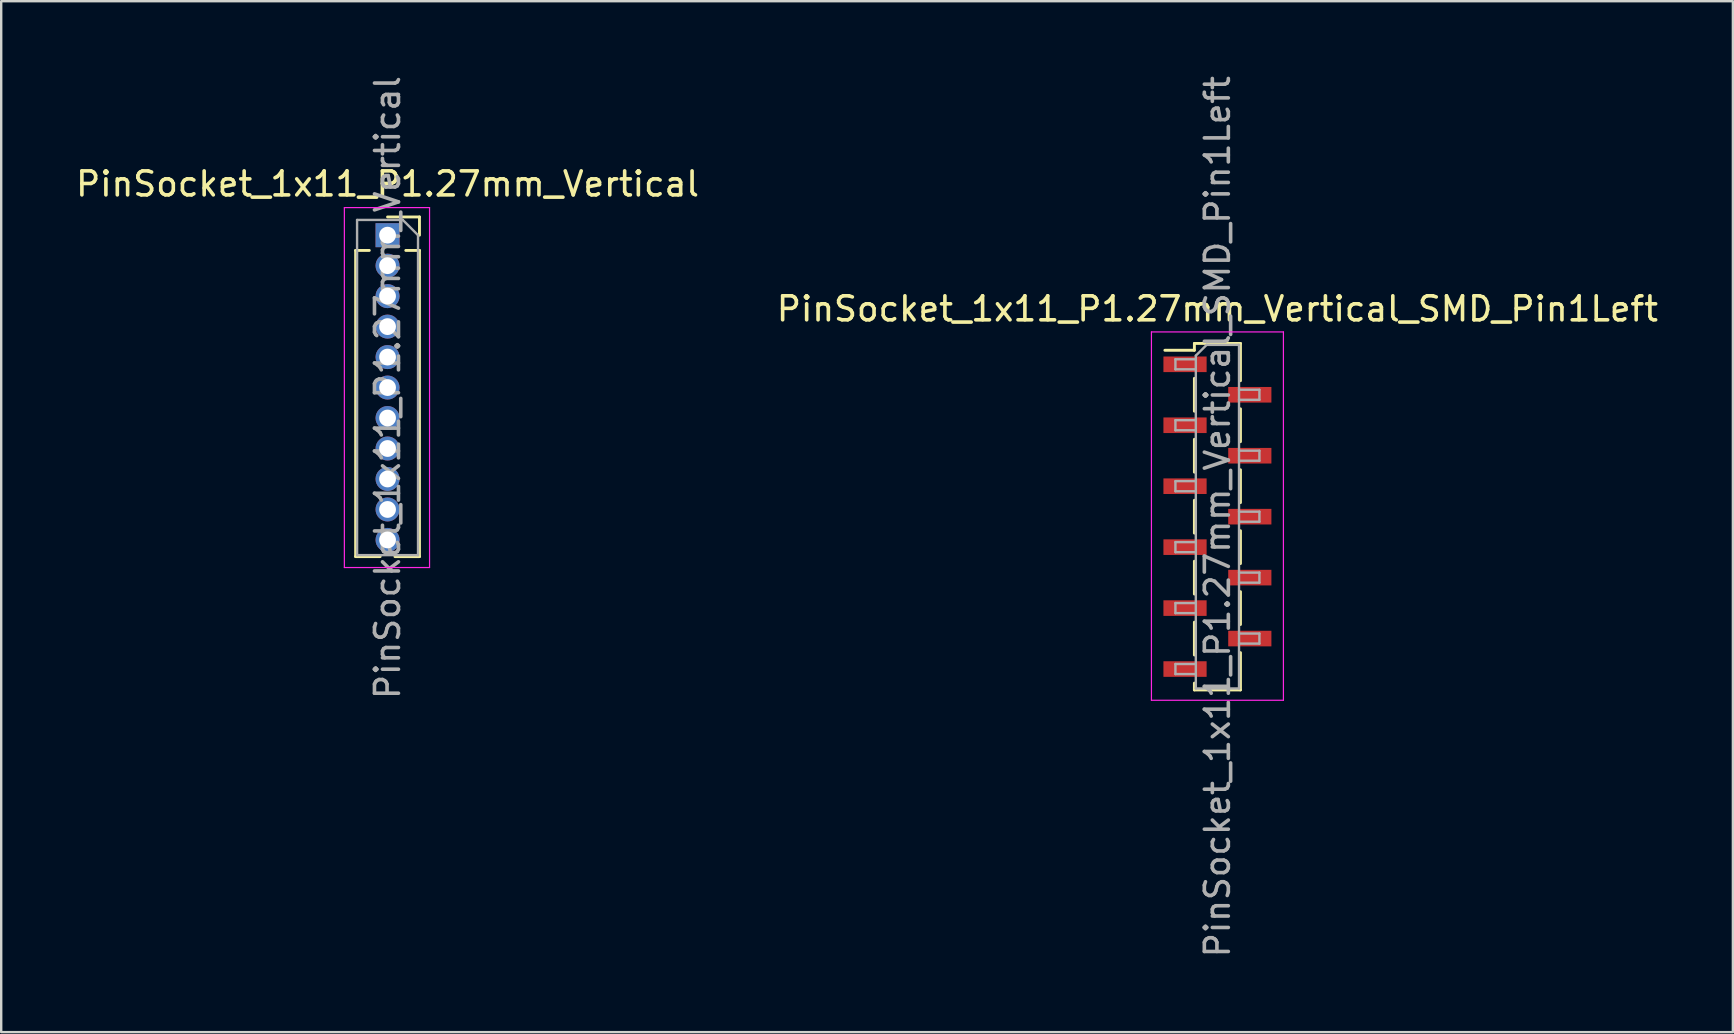
<source format=kicad_pcb>
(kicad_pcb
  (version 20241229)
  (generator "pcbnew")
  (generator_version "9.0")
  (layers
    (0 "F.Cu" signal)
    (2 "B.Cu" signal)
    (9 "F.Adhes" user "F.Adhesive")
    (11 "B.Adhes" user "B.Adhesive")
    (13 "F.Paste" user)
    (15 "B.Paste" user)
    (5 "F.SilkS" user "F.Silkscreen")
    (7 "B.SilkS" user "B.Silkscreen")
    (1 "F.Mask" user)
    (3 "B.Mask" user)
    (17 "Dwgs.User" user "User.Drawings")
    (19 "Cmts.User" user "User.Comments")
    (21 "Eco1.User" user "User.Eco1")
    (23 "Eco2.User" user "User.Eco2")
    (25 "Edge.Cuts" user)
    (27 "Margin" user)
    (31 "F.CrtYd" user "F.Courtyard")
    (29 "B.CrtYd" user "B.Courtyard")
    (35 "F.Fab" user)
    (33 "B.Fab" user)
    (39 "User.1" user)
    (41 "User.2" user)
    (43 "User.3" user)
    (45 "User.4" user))
  (footprint "PinSocket_1x11_P1.27mm_Vertical"
    (layer "F.Cu")
    (at 13.101 6.751)
    (property "Reference" "PinSocket_1x11_P1.27mm_Vertical" (at 0 -2.135 0) (layer "F.SilkS") (effects (font (size 1 1) (thickness 0.15))))
    (attr through_hole)
    (fp_line (start -1.33 0.635) (end -1.33 13.395) (stroke (width 0.12) (type solid)) (layer "F.SilkS"))
    (fp_line (start -1.33 0.635) (end -0.76 0.635) (stroke (width 0.12) (type solid)) (layer "F.SilkS"))
    (fp_line (start -1.33 13.395) (end -0.308 13.395) (stroke (width 0.12) (type solid)) (layer "F.SilkS"))
    (fp_line (start 0 -0.76) (end 1.33 -0.76) (stroke (width 0.12) (type solid)) (layer "F.SilkS"))
    (fp_line (start 0.308 13.395) (end 1.33 13.395) (stroke (width 0.12) (type solid)) (layer "F.SilkS"))
    (fp_line (start 0.76 0.635) (end 1.33 0.635) (stroke (width 0.12) (type solid)) (layer "F.SilkS"))
    (fp_line (start 1.33 -0.76) (end 1.33 0) (stroke (width 0.12) (type solid)) (layer "F.SilkS"))
    (fp_line (start 1.33 0.635) (end 1.33 13.395) (stroke (width 0.12) (type solid)) (layer "F.SilkS"))
    (fp_line (start -1.8 -1.15) (end 1.75 -1.15) (stroke (width 0.05) (type solid)) (layer "F.CrtYd"))
    (fp_line (start -1.8 13.85) (end -1.8 -1.15) (stroke (width 0.05) (type solid)) (layer "F.CrtYd"))
    (fp_line (start 1.75 -1.15) (end 1.75 13.85) (stroke (width 0.05) (type solid)) (layer "F.CrtYd"))
    (fp_line (start 1.75 13.85) (end -1.8 13.85) (stroke (width 0.05) (type solid)) (layer "F.CrtYd"))
    (fp_line (start -1.27 -0.635) (end 0.635 -0.635) (stroke (width 0.1) (type solid)) (layer "F.Fab"))
    (fp_line (start -1.27 13.335) (end -1.27 -0.635) (stroke (width 0.1) (type solid)) (layer "F.Fab"))
    (fp_line (start 0.635 -0.635) (end 1.27 0) (stroke (width 0.1) (type solid)) (layer "F.Fab"))
    (fp_line (start 1.27 0) (end 1.27 13.335) (stroke (width 0.1) (type solid)) (layer "F.Fab"))
    (fp_line (start 1.27 13.335) (end -1.27 13.335) (stroke (width 0.1) (type solid)) (layer "F.Fab"))
    (fp_text user "${REFERENCE}" (at 0 6.35 90) (layer "F.Fab") (effects (font (size 1 1) (thickness 0.15))))
    (pad "1" thru_hole rect (at 0 0) (size 1 1) (drill 0.7) (layers "*.Cu" "*.Mask"))
    (pad "2" thru_hole oval (at 0 1.27) (size 1 1) (drill 0.7) (layers "*.Cu" "*.Mask"))
    (pad "3" thru_hole oval (at 0 2.54) (size 1 1) (drill 0.7) (layers "*.Cu" "*.Mask"))
    (pad "4" thru_hole oval (at 0 3.81) (size 1 1) (drill 0.7) (layers "*.Cu" "*.Mask"))
    (pad "5" thru_hole oval (at 0 5.08) (size 1 1) (drill 0.7) (layers "*.Cu" "*.Mask"))
    (pad "6" thru_hole oval (at 0 6.35) (size 1 1) (drill 0.7) (layers "*.Cu" "*.Mask"))
    (pad "7" thru_hole oval (at 0 7.62) (size 1 1) (drill 0.7) (layers "*.Cu" "*.Mask"))
    (pad "8" thru_hole oval (at 0 8.89) (size 1 1) (drill 0.7) (layers "*.Cu" "*.Mask"))
    (pad "9" thru_hole oval (at 0 10.16) (size 1 1) (drill 0.7) (layers "*.Cu" "*.Mask"))
    (pad "10" thru_hole oval (at 0 11.43) (size 1 1) (drill 0.7) (layers "*.Cu" "*.Mask"))
    (pad "11" thru_hole oval (at 0 12.7) (size 1 1) (drill 0.7) (layers "*.Cu" "*.Mask")))
  (footprint "PinSocket_1x11_P1.27mm_Vertical_SMD_Pin1Left"
    (layer "F.Cu")
    (at 47.685 18.482)
    (property "Reference" "PinSocket_1x11_P1.27mm_Vertical_SMD_Pin1Left" (at 0 -8.66 0) (layer "F.SilkS") (effects (font (size 1 1) (thickness 0.15))))
    (attr smd)
    (fp_line (start -2.19 -6.935) (end -0.96 -6.935) (stroke (width 0.12) (type solid)) (layer "F.SilkS"))
    (fp_line (start -0.96 -7.22) (end -0.96 -6.935) (stroke (width 0.12) (type solid)) (layer "F.SilkS"))
    (fp_line (start -0.96 -7.22) (end 0.96 -7.22) (stroke (width 0.12) (type solid)) (layer "F.SilkS"))
    (fp_line (start -0.96 -5.765) (end -0.96 -4.395) (stroke (width 0.12) (type solid)) (layer "F.SilkS"))
    (fp_line (start -0.96 -3.225) (end -0.96 -1.855) (stroke (width 0.12) (type solid)) (layer "F.SilkS"))
    (fp_line (start -0.96 -0.685) (end -0.96 0.685) (stroke (width 0.12) (type solid)) (layer "F.SilkS"))
    (fp_line (start -0.96 1.855) (end -0.96 3.225) (stroke (width 0.12) (type solid)) (layer "F.SilkS"))
    (fp_line (start -0.96 4.395) (end -0.96 5.765) (stroke (width 0.12) (type solid)) (layer "F.SilkS"))
    (fp_line (start -0.96 6.935) (end -0.96 7.22) (stroke (width 0.12) (type solid)) (layer "F.SilkS"))
    (fp_line (start -0.96 7.22) (end 0.96 7.22) (stroke (width 0.12) (type solid)) (layer "F.SilkS"))
    (fp_line (start 0.96 -7.22) (end 0.96 -5.665) (stroke (width 0.12) (type solid)) (layer "F.SilkS"))
    (fp_line (start 0.96 -4.495) (end 0.96 -3.125) (stroke (width 0.12) (type solid)) (layer "F.SilkS"))
    (fp_line (start 0.96 -1.955) (end 0.96 -0.585) (stroke (width 0.12) (type solid)) (layer "F.SilkS"))
    (fp_line (start 0.96 0.585) (end 0.96 1.955) (stroke (width 0.12) (type solid)) (layer "F.SilkS"))
    (fp_line (start 0.96 3.125) (end 0.96 4.495) (stroke (width 0.12) (type solid)) (layer "F.SilkS"))
    (fp_line (start 0.96 5.665) (end 0.96 7.22) (stroke (width 0.12) (type solid)) (layer "F.SilkS"))
    (fp_line (start -2.75 -7.7) (end 2.75 -7.7) (stroke (width 0.05) (type solid)) (layer "F.CrtYd"))
    (fp_line (start -2.75 7.65) (end -2.75 -7.7) (stroke (width 0.05) (type solid)) (layer "F.CrtYd"))
    (fp_line (start 2.75 -7.7) (end 2.75 7.65) (stroke (width 0.05) (type solid)) (layer "F.CrtYd"))
    (fp_line (start 2.75 7.65) (end -2.75 7.65) (stroke (width 0.05) (type solid)) (layer "F.CrtYd"))
    (fp_line (start -1.75 -6.56) (end -0.9 -6.56) (stroke (width 0.1) (type solid)) (layer "F.Fab"))
    (fp_line (start -1.75 -6.14) (end -1.75 -6.56) (stroke (width 0.1) (type solid)) (layer "F.Fab"))
    (fp_line (start -1.75 -4.02) (end -0.9 -4.02) (stroke (width 0.1) (type solid)) (layer "F.Fab"))
    (fp_line (start -1.75 -3.6) (end -1.75 -4.02) (stroke (width 0.1) (type solid)) (layer "F.Fab"))
    (fp_line (start -1.75 -1.48) (end -0.9 -1.48) (stroke (width 0.1) (type solid)) (layer "F.Fab"))
    (fp_line (start -1.75 -1.06) (end -1.75 -1.48) (stroke (width 0.1) (type solid)) (layer "F.Fab"))
    (fp_line (start -1.75 1.06) (end -0.9 1.06) (stroke (width 0.1) (type solid)) (layer "F.Fab"))
    (fp_line (start -1.75 1.48) (end -1.75 1.06) (stroke (width 0.1) (type solid)) (layer "F.Fab"))
    (fp_line (start -1.75 3.6) (end -0.9 3.6) (stroke (width 0.1) (type solid)) (layer "F.Fab"))
    (fp_line (start -1.75 4.02) (end -1.75 3.6) (stroke (width 0.1) (type solid)) (layer "F.Fab"))
    (fp_line (start -1.75 6.14) (end -0.9 6.14) (stroke (width 0.1) (type solid)) (layer "F.Fab"))
    (fp_line (start -1.75 6.56) (end -1.75 6.14) (stroke (width 0.1) (type solid)) (layer "F.Fab"))
    (fp_line (start -0.9 -6.71) (end -0.45 -7.16) (stroke (width 0.1) (type solid)) (layer "F.Fab"))
    (fp_line (start -0.9 -6.14) (end -1.75 -6.14) (stroke (width 0.1) (type solid)) (layer "F.Fab"))
    (fp_line (start -0.9 -3.6) (end -1.75 -3.6) (stroke (width 0.1) (type solid)) (layer "F.Fab"))
    (fp_line (start -0.9 -1.06) (end -1.75 -1.06) (stroke (width 0.1) (type solid)) (layer "F.Fab"))
    (fp_line (start -0.9 1.48) (end -1.75 1.48) (stroke (width 0.1) (type solid)) (layer "F.Fab"))
    (fp_line (start -0.9 4.02) (end -1.75 4.02) (stroke (width 0.1) (type solid)) (layer "F.Fab"))
    (fp_line (start -0.9 6.56) (end -1.75 6.56) (stroke (width 0.1) (type solid)) (layer "F.Fab"))
    (fp_line (start -0.9 7.16) (end -0.9 -6.71) (stroke (width 0.1) (type solid)) (layer "F.Fab"))
    (fp_line (start -0.45 -7.16) (end 0.9 -7.16) (stroke (width 0.1) (type solid)) (layer "F.Fab"))
    (fp_line (start 0.9 -7.16) (end 0.9 7.16) (stroke (width 0.1) (type solid)) (layer "F.Fab"))
    (fp_line (start 0.9 -5.29) (end 1.75 -5.29) (stroke (width 0.1) (type solid)) (layer "F.Fab"))
    (fp_line (start 0.9 -2.75) (end 1.75 -2.75) (stroke (width 0.1) (type solid)) (layer "F.Fab"))
    (fp_line (start 0.9 -0.21) (end 1.75 -0.21) (stroke (width 0.1) (type solid)) (layer "F.Fab"))
    (fp_line (start 0.9 2.33) (end 1.75 2.33) (stroke (width 0.1) (type solid)) (layer "F.Fab"))
    (fp_line (start 0.9 4.87) (end 1.75 4.87) (stroke (width 0.1) (type solid)) (layer "F.Fab"))
    (fp_line (start 0.9 7.16) (end -0.9 7.16) (stroke (width 0.1) (type solid)) (layer "F.Fab"))
    (fp_line (start 1.75 -5.29) (end 1.75 -4.87) (stroke (width 0.1) (type solid)) (layer "F.Fab"))
    (fp_line (start 1.75 -4.87) (end 0.9 -4.87) (stroke (width 0.1) (type solid)) (layer "F.Fab"))
    (fp_line (start 1.75 -2.75) (end 1.75 -2.33) (stroke (width 0.1) (type solid)) (layer "F.Fab"))
    (fp_line (start 1.75 -2.33) (end 0.9 -2.33) (stroke (width 0.1) (type solid)) (layer "F.Fab"))
    (fp_line (start 1.75 -0.21) (end 1.75 0.21) (stroke (width 0.1) (type solid)) (layer "F.Fab"))
    (fp_line (start 1.75 0.21) (end 0.9 0.21) (stroke (width 0.1) (type solid)) (layer "F.Fab"))
    (fp_line (start 1.75 2.33) (end 1.75 2.75) (stroke (width 0.1) (type solid)) (layer "F.Fab"))
    (fp_line (start 1.75 2.75) (end 0.9 2.75) (stroke (width 0.1) (type solid)) (layer "F.Fab"))
    (fp_line (start 1.75 4.87) (end 1.75 5.29) (stroke (width 0.1) (type solid)) (layer "F.Fab"))
    (fp_line (start 1.75 5.29) (end 0.9 5.29) (stroke (width 0.1) (type solid)) (layer "F.Fab"))
    (fp_text user "${REFERENCE}" (at 0 0 90) (layer "F.Fab") (effects (font (size 1 1) (thickness 0.15))))
    (pad "1" smd rect (at -1.35 -6.35) (size 1.8 0.65) (layers "F.Cu" "F.Mask" "F.Paste"))
    (pad "2" smd rect (at 1.35 -5.08) (size 1.8 0.65) (layers "F.Cu" "F.Mask" "F.Paste"))
    (pad "3" smd rect (at -1.35 -3.81) (size 1.8 0.65) (layers "F.Cu" "F.Mask" "F.Paste"))
    (pad "4" smd rect (at 1.35 -2.54) (size 1.8 0.65) (layers "F.Cu" "F.Mask" "F.Paste"))
    (pad "5" smd rect (at -1.35 -1.27) (size 1.8 0.65) (layers "F.Cu" "F.Mask" "F.Paste"))
    (pad "6" smd rect (at 1.35 0) (size 1.8 0.65) (layers "F.Cu" "F.Mask" "F.Paste"))
    (pad "7" smd rect (at -1.35 1.27) (size 1.8 0.65) (layers "F.Cu" "F.Mask" "F.Paste"))
    (pad "8" smd rect (at 1.35 2.54) (size 1.8 0.65) (layers "F.Cu" "F.Mask" "F.Paste"))
    (pad "9" smd rect (at -1.35 3.81) (size 1.8 0.65) (layers "F.Cu" "F.Mask" "F.Paste"))
    (pad "10" smd rect (at 1.35 5.08) (size 1.8 0.65) (layers "F.Cu" "F.Mask" "F.Paste"))
    (pad "11" smd rect (at -1.35 6.35) (size 1.8 0.65) (layers "F.Cu" "F.Mask" "F.Paste")))
  (gr_rect
    (start -3 -3)
    (end 69.167 39.964)
    (stroke (width 0.1) (type default))
    (fill no)
    (layer "Edge.Cuts")))
</source>
